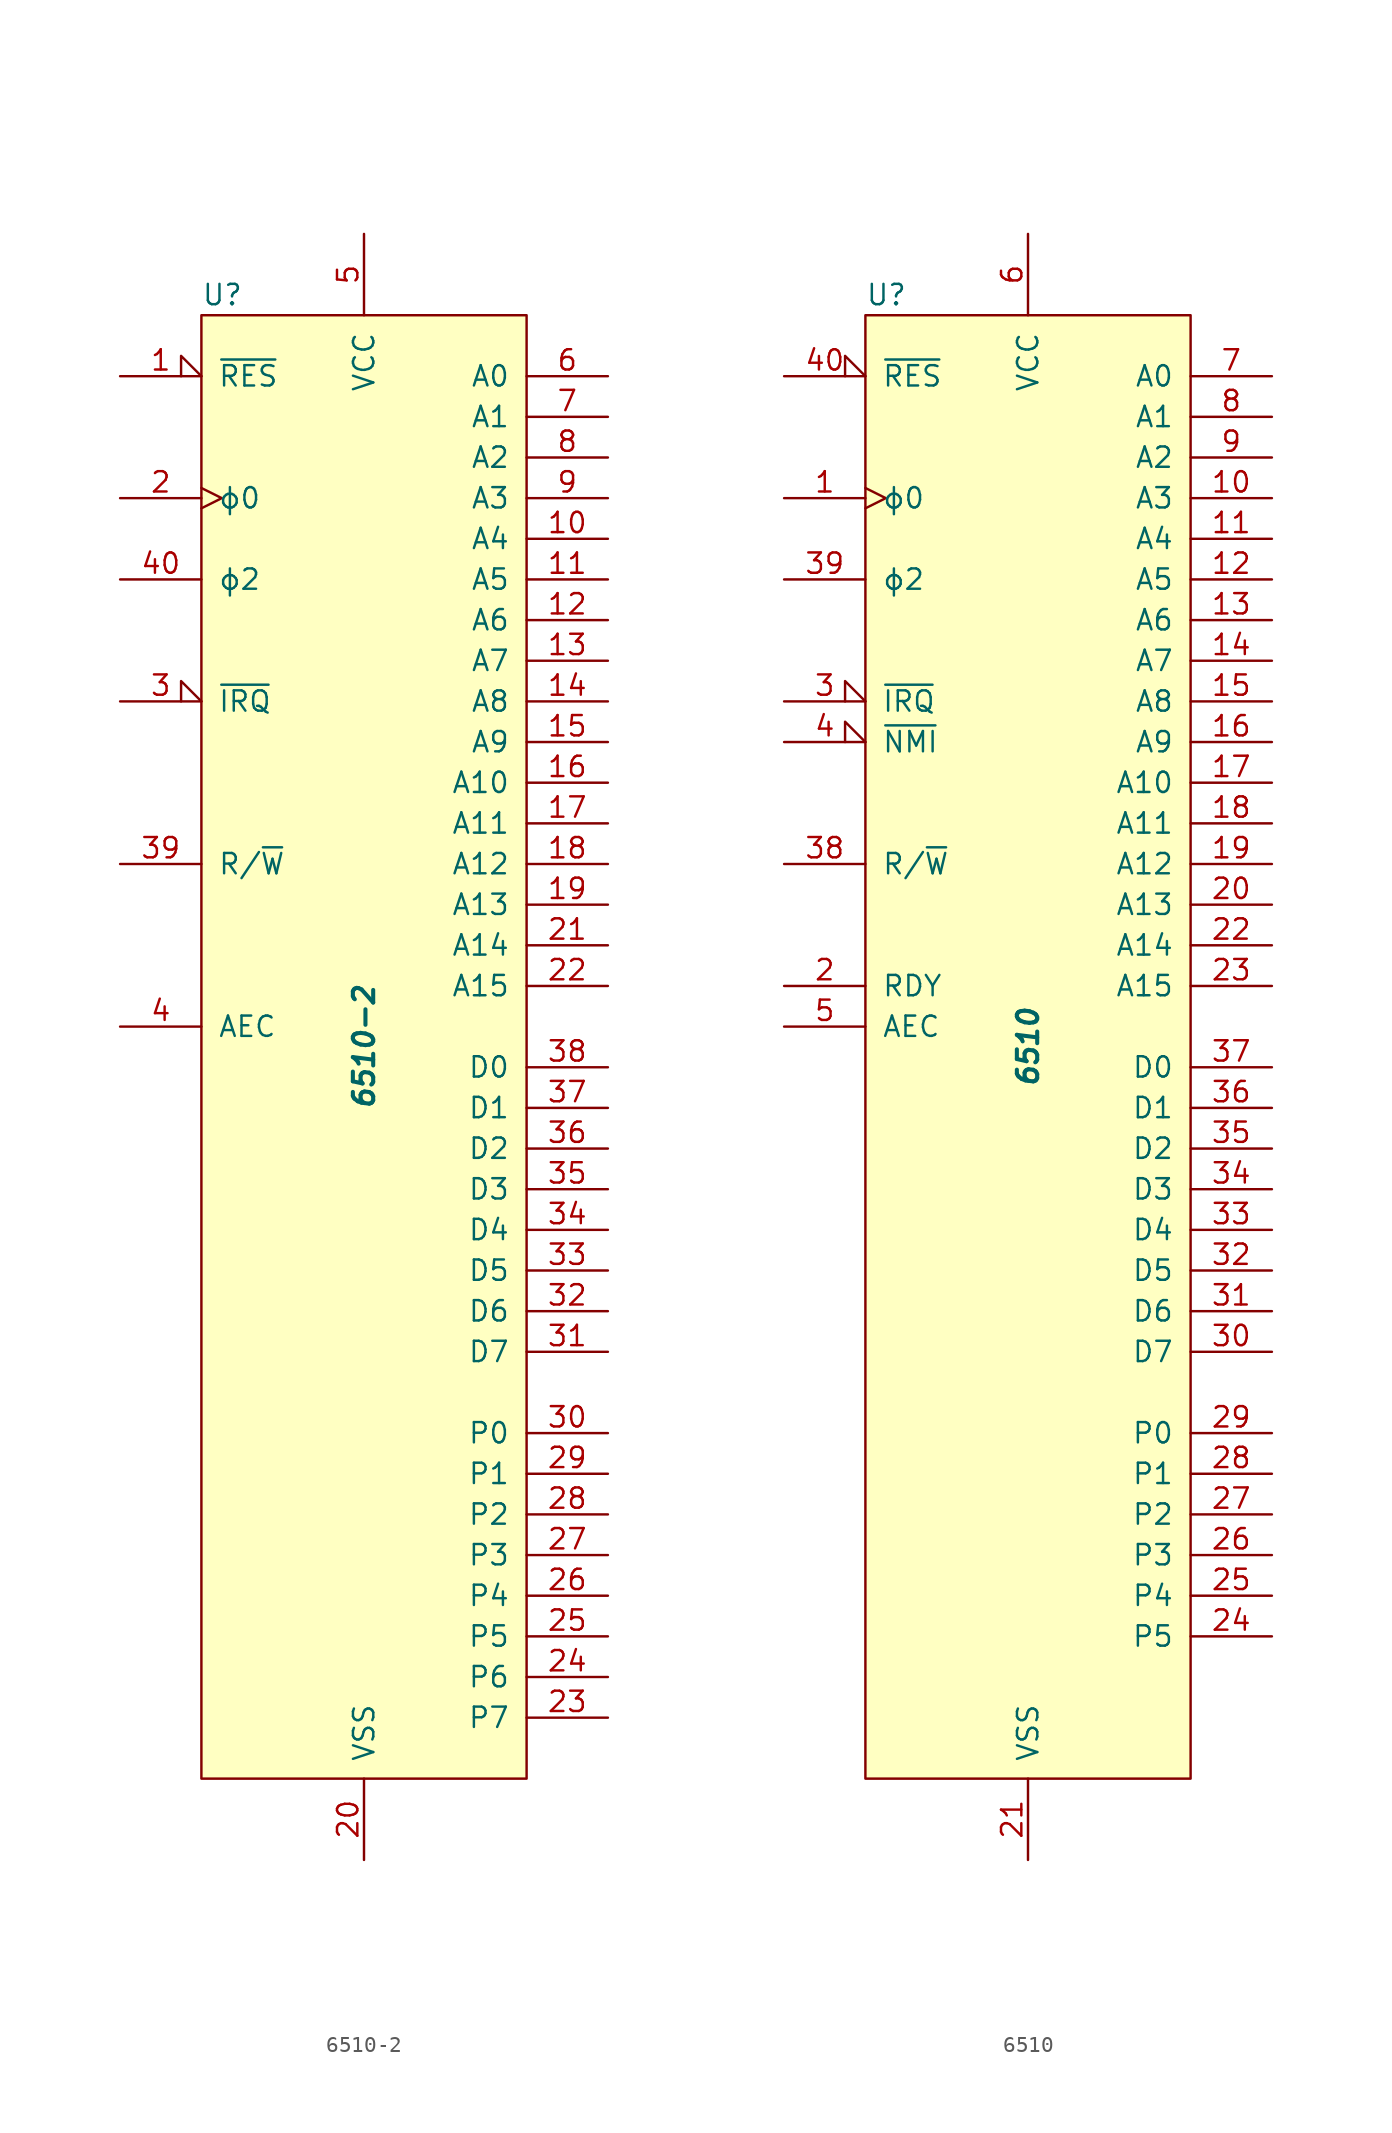
<source format=kicad_sym>
(kicad_symbol_lib
  (version 20201005)
  (generator kicad_symbol_editor)
  (symbol "6510-2"
    (pin_names
      (offset 1.016))
    (property "Reference" "U"
      (at -10.16 46.99 0)
      (effects (font (size 1.27 1.27)) (justify left)))
    (property "Value" "6510-2"
      (at 0 0 90)
      (effects (font (size 1.27 1.27) bold italic)))
    (symbol "6510-2_0_1"
      (rectangle (start -10.16 45.72) (end 10.16 -45.72) (stroke (width 0)) (fill (type background))))
    (symbol "6510-2_1_1"
      (pin input input_low (at -15.24 41.91 0) (length 5.08) (name "~RES" (effects (font (size 1.27 1.27)))) (number "1" (effects (font (size 1.27 1.27)))))
      (pin tri_state line (at 15.24 31.75 180) (length 5.08) (name "A4" (effects (font (size 1.27 1.27)))) (number "10" (effects (font (size 1.27 1.27)))))
      (pin tri_state line (at 15.24 29.21 180) (length 5.08) (name "A5" (effects (font (size 1.27 1.27)))) (number "11" (effects (font (size 1.27 1.27)))))
      (pin tri_state line (at 15.24 26.67 180) (length 5.08) (name "A6" (effects (font (size 1.27 1.27)))) (number "12" (effects (font (size 1.27 1.27)))))
      (pin tri_state line (at 15.24 24.13 180) (length 5.08) (name "A7" (effects (font (size 1.27 1.27)))) (number "13" (effects (font (size 1.27 1.27)))))
      (pin tri_state line (at 15.24 21.59 180) (length 5.08) (name "A8" (effects (font (size 1.27 1.27)))) (number "14" (effects (font (size 1.27 1.27)))))
      (pin tri_state line (at 15.24 19.05 180) (length 5.08) (name "A9" (effects (font (size 1.27 1.27)))) (number "15" (effects (font (size 1.27 1.27)))))
      (pin tri_state line (at 15.24 16.51 180) (length 5.08) (name "A10" (effects (font (size 1.27 1.27)))) (number "16" (effects (font (size 1.27 1.27)))))
      (pin tri_state line (at 15.24 13.97 180) (length 5.08) (name "A11" (effects (font (size 1.27 1.27)))) (number "17" (effects (font (size 1.27 1.27)))))
      (pin tri_state line (at 15.24 11.43 180) (length 5.08) (name "A12" (effects (font (size 1.27 1.27)))) (number "18" (effects (font (size 1.27 1.27)))))
      (pin tri_state line (at 15.24 8.89 180) (length 5.08) (name "A13" (effects (font (size 1.27 1.27)))) (number "19" (effects (font (size 1.27 1.27)))))
      (pin input clock (at -15.24 34.29 0) (length 5.08) (name "ϕ0" (effects (font (size 1.27 1.27)))) (number "2" (effects (font (size 1.27 1.27)))))
      (pin power_in line (at 0 -50.8 90) (length 5.08) (name "VSS" (effects (font (size 1.27 1.27)))) (number "20" (effects (font (size 1.27 1.27)))))
      (pin tri_state line (at 15.24 6.35 180) (length 5.08) (name "A14" (effects (font (size 1.27 1.27)))) (number "21" (effects (font (size 1.27 1.27)))))
      (pin tri_state line (at 15.24 3.81 180) (length 5.08) (name "A15" (effects (font (size 1.27 1.27)))) (number "22" (effects (font (size 1.27 1.27)))))
      (pin bidirectional line (at 15.24 -41.91 180) (length 5.08) (name "P7" (effects (font (size 1.27 1.27)))) (number "23" (effects (font (size 1.27 1.27)))))
      (pin bidirectional line (at 15.24 -39.37 180) (length 5.08) (name "P6" (effects (font (size 1.27 1.27)))) (number "24" (effects (font (size 1.27 1.27)))))
      (pin bidirectional line (at 15.24 -36.83 180) (length 5.08) (name "P5" (effects (font (size 1.27 1.27)))) (number "25" (effects (font (size 1.27 1.27)))))
      (pin bidirectional line (at 15.24 -34.29 180) (length 5.08) (name "P4" (effects (font (size 1.27 1.27)))) (number "26" (effects (font (size 1.27 1.27)))))
      (pin bidirectional line (at 15.24 -31.75 180) (length 5.08) (name "P3" (effects (font (size 1.27 1.27)))) (number "27" (effects (font (size 1.27 1.27)))))
      (pin bidirectional line (at 15.24 -29.21 180) (length 5.08) (name "P2" (effects (font (size 1.27 1.27)))) (number "28" (effects (font (size 1.27 1.27)))))
      (pin bidirectional line (at 15.24 -26.67 180) (length 5.08) (name "P1" (effects (font (size 1.27 1.27)))) (number "29" (effects (font (size 1.27 1.27)))))
      (pin input input_low (at -15.24 21.59 0) (length 5.08) (name "~IRQ" (effects (font (size 1.27 1.27)))) (number "3" (effects (font (size 1.27 1.27)))))
      (pin bidirectional line (at 15.24 -24.13 180) (length 5.08) (name "P0" (effects (font (size 1.27 1.27)))) (number "30" (effects (font (size 1.27 1.27)))))
      (pin bidirectional line (at 15.24 -19.05 180) (length 5.08) (name "D7" (effects (font (size 1.27 1.27)))) (number "31" (effects (font (size 1.27 1.27)))))
      (pin bidirectional line (at 15.24 -16.51 180) (length 5.08) (name "D6" (effects (font (size 1.27 1.27)))) (number "32" (effects (font (size 1.27 1.27)))))
      (pin bidirectional line (at 15.24 -13.97 180) (length 5.08) (name "D5" (effects (font (size 1.27 1.27)))) (number "33" (effects (font (size 1.27 1.27)))))
      (pin bidirectional line (at 15.24 -11.43 180) (length 5.08) (name "D4" (effects (font (size 1.27 1.27)))) (number "34" (effects (font (size 1.27 1.27)))))
      (pin bidirectional line (at 15.24 -8.89 180) (length 5.08) (name "D3" (effects (font (size 1.27 1.27)))) (number "35" (effects (font (size 1.27 1.27)))))
      (pin bidirectional line (at 15.24 -6.35 180) (length 5.08) (name "D2" (effects (font (size 1.27 1.27)))) (number "36" (effects (font (size 1.27 1.27)))))
      (pin bidirectional line (at 15.24 -3.81 180) (length 5.08) (name "D1" (effects (font (size 1.27 1.27)))) (number "37" (effects (font (size 1.27 1.27)))))
      (pin bidirectional line (at 15.24 -1.27 180) (length 5.08) (name "D0" (effects (font (size 1.27 1.27)))) (number "38" (effects (font (size 1.27 1.27)))))
      (pin tri_state line (at -15.24 11.43 0) (length 5.08) (name "R/~W" (effects (font (size 1.27 1.27)))) (number "39" (effects (font (size 1.27 1.27)))))
      (pin input line (at -15.24 1.27 0) (length 5.08) (name "AEC" (effects (font (size 1.27 1.27)))) (number "4" (effects (font (size 1.27 1.27)))))
      (pin output line (at -15.24 29.21 0) (length 5.08) (name "ϕ2" (effects (font (size 1.27 1.27)))) (number "40" (effects (font (size 1.27 1.27)))))
      (pin power_in line (at 0 50.8 270) (length 5.08) (name "VCC" (effects (font (size 1.27 1.27)))) (number "5" (effects (font (size 1.27 1.27)))))
      (pin tri_state line (at 15.24 41.91 180) (length 5.08) (name "A0" (effects (font (size 1.27 1.27)))) (number "6" (effects (font (size 1.27 1.27)))))
      (pin tri_state line (at 15.24 39.37 180) (length 5.08) (name "A1" (effects (font (size 1.27 1.27)))) (number "7" (effects (font (size 1.27 1.27)))))
      (pin tri_state line (at 15.24 36.83 180) (length 5.08) (name "A2" (effects (font (size 1.27 1.27)))) (number "8" (effects (font (size 1.27 1.27)))))
      (pin tri_state line (at 15.24 34.29 180) (length 5.08) (name "A3" (effects (font (size 1.27 1.27)))) (number "9" (effects (font (size 1.27 1.27)))))))
  (symbol "6510"
    (pin_names
      (offset 1.016))
    (property "Reference" "U"
      (at -10.16 46.99 0)
      (effects (font (size 1.27 1.27)) (justify left)))
    (property "Value" "6510"
      (at 0 0 90)
      (effects (font (size 1.27 1.27) bold italic)))
    (symbol "6510_0_1"
      (rectangle (start -10.16 45.72) (end 10.16 -45.72) (stroke (width 0)) (fill (type background))))
    (symbol "6510_1_1"
      (pin input clock (at -15.24 34.29 0) (length 5.08) (name "ϕ0" (effects (font (size 1.27 1.27)))) (number "1" (effects (font (size 1.27 1.27)))))
      (pin tri_state line (at 15.24 34.29 180) (length 5.08) (name "A3" (effects (font (size 1.27 1.27)))) (number "10" (effects (font (size 1.27 1.27)))))
      (pin tri_state line (at 15.24 31.75 180) (length 5.08) (name "A4" (effects (font (size 1.27 1.27)))) (number "11" (effects (font (size 1.27 1.27)))))
      (pin tri_state line (at 15.24 29.21 180) (length 5.08) (name "A5" (effects (font (size 1.27 1.27)))) (number "12" (effects (font (size 1.27 1.27)))))
      (pin tri_state line (at 15.24 26.67 180) (length 5.08) (name "A6" (effects (font (size 1.27 1.27)))) (number "13" (effects (font (size 1.27 1.27)))))
      (pin tri_state line (at 15.24 24.13 180) (length 5.08) (name "A7" (effects (font (size 1.27 1.27)))) (number "14" (effects (font (size 1.27 1.27)))))
      (pin tri_state line (at 15.24 21.59 180) (length 5.08) (name "A8" (effects (font (size 1.27 1.27)))) (number "15" (effects (font (size 1.27 1.27)))))
      (pin tri_state line (at 15.24 19.05 180) (length 5.08) (name "A9" (effects (font (size 1.27 1.27)))) (number "16" (effects (font (size 1.27 1.27)))))
      (pin tri_state line (at 15.24 16.51 180) (length 5.08) (name "A10" (effects (font (size 1.27 1.27)))) (number "17" (effects (font (size 1.27 1.27)))))
      (pin tri_state line (at 15.24 13.97 180) (length 5.08) (name "A11" (effects (font (size 1.27 1.27)))) (number "18" (effects (font (size 1.27 1.27)))))
      (pin tri_state line (at 15.24 11.43 180) (length 5.08) (name "A12" (effects (font (size 1.27 1.27)))) (number "19" (effects (font (size 1.27 1.27)))))
      (pin input line (at -15.24 3.81 0) (length 5.08) (name "RDY" (effects (font (size 1.27 1.27)))) (number "2" (effects (font (size 1.27 1.27)))))
      (pin tri_state line (at 15.24 8.89 180) (length 5.08) (name "A13" (effects (font (size 1.27 1.27)))) (number "20" (effects (font (size 1.27 1.27)))))
      (pin power_in line (at 0 -50.8 90) (length 5.08) (name "VSS" (effects (font (size 1.27 1.27)))) (number "21" (effects (font (size 1.27 1.27)))))
      (pin tri_state line (at 15.24 6.35 180) (length 5.08) (name "A14" (effects (font (size 1.27 1.27)))) (number "22" (effects (font (size 1.27 1.27)))))
      (pin tri_state line (at 15.24 3.81 180) (length 5.08) (name "A15" (effects (font (size 1.27 1.27)))) (number "23" (effects (font (size 1.27 1.27)))))
      (pin bidirectional line (at 15.24 -36.83 180) (length 5.08) (name "P5" (effects (font (size 1.27 1.27)))) (number "24" (effects (font (size 1.27 1.27)))))
      (pin bidirectional line (at 15.24 -34.29 180) (length 5.08) (name "P4" (effects (font (size 1.27 1.27)))) (number "25" (effects (font (size 1.27 1.27)))))
      (pin bidirectional line (at 15.24 -31.75 180) (length 5.08) (name "P3" (effects (font (size 1.27 1.27)))) (number "26" (effects (font (size 1.27 1.27)))))
      (pin bidirectional line (at 15.24 -29.21 180) (length 5.08) (name "P2" (effects (font (size 1.27 1.27)))) (number "27" (effects (font (size 1.27 1.27)))))
      (pin bidirectional line (at 15.24 -26.67 180) (length 5.08) (name "P1" (effects (font (size 1.27 1.27)))) (number "28" (effects (font (size 1.27 1.27)))))
      (pin bidirectional line (at 15.24 -24.13 180) (length 5.08) (name "P0" (effects (font (size 1.27 1.27)))) (number "29" (effects (font (size 1.27 1.27)))))
      (pin input input_low (at -15.24 21.59 0) (length 5.08) (name "~IRQ" (effects (font (size 1.27 1.27)))) (number "3" (effects (font (size 1.27 1.27)))))
      (pin bidirectional line (at 15.24 -19.05 180) (length 5.08) (name "D7" (effects (font (size 1.27 1.27)))) (number "30" (effects (font (size 1.27 1.27)))))
      (pin bidirectional line (at 15.24 -16.51 180) (length 5.08) (name "D6" (effects (font (size 1.27 1.27)))) (number "31" (effects (font (size 1.27 1.27)))))
      (pin bidirectional line (at 15.24 -13.97 180) (length 5.08) (name "D5" (effects (font (size 1.27 1.27)))) (number "32" (effects (font (size 1.27 1.27)))))
      (pin bidirectional line (at 15.24 -11.43 180) (length 5.08) (name "D4" (effects (font (size 1.27 1.27)))) (number "33" (effects (font (size 1.27 1.27)))))
      (pin bidirectional line (at 15.24 -8.89 180) (length 5.08) (name "D3" (effects (font (size 1.27 1.27)))) (number "34" (effects (font (size 1.27 1.27)))))
      (pin bidirectional line (at 15.24 -6.35 180) (length 5.08) (name "D2" (effects (font (size 1.27 1.27)))) (number "35" (effects (font (size 1.27 1.27)))))
      (pin bidirectional line (at 15.24 -3.81 180) (length 5.08) (name "D1" (effects (font (size 1.27 1.27)))) (number "36" (effects (font (size 1.27 1.27)))))
      (pin bidirectional line (at 15.24 -1.27 180) (length 5.08) (name "D0" (effects (font (size 1.27 1.27)))) (number "37" (effects (font (size 1.27 1.27)))))
      (pin tri_state line (at -15.24 11.43 0) (length 5.08) (name "R/~W" (effects (font (size 1.27 1.27)))) (number "38" (effects (font (size 1.27 1.27)))))
      (pin output line (at -15.24 29.21 0) (length 5.08) (name "ϕ2" (effects (font (size 1.27 1.27)))) (number "39" (effects (font (size 1.27 1.27)))))
      (pin input input_low (at -15.24 19.05 0) (length 5.08) (name "~NMI" (effects (font (size 1.27 1.27)))) (number "4" (effects (font (size 1.27 1.27)))))
      (pin input input_low (at -15.24 41.91 0) (length 5.08) (name "~RES" (effects (font (size 1.27 1.27)))) (number "40" (effects (font (size 1.27 1.27)))))
      (pin input line (at -15.24 1.27 0) (length 5.08) (name "AEC" (effects (font (size 1.27 1.27)))) (number "5" (effects (font (size 1.27 1.27)))))
      (pin power_in line (at 0 50.8 270) (length 5.08) (name "VCC" (effects (font (size 1.27 1.27)))) (number "6" (effects (font (size 1.27 1.27)))))
      (pin tri_state line (at 15.24 41.91 180) (length 5.08) (name "A0" (effects (font (size 1.27 1.27)))) (number "7" (effects (font (size 1.27 1.27)))))
      (pin tri_state line (at 15.24 39.37 180) (length 5.08) (name "A1" (effects (font (size 1.27 1.27)))) (number "8" (effects (font (size 1.27 1.27)))))
      (pin tri_state line (at 15.24 36.83 180) (length 5.08) (name "A2" (effects (font (size 1.27 1.27)))) (number "9" (effects (font (size 1.27 1.27))))))))
</source>
